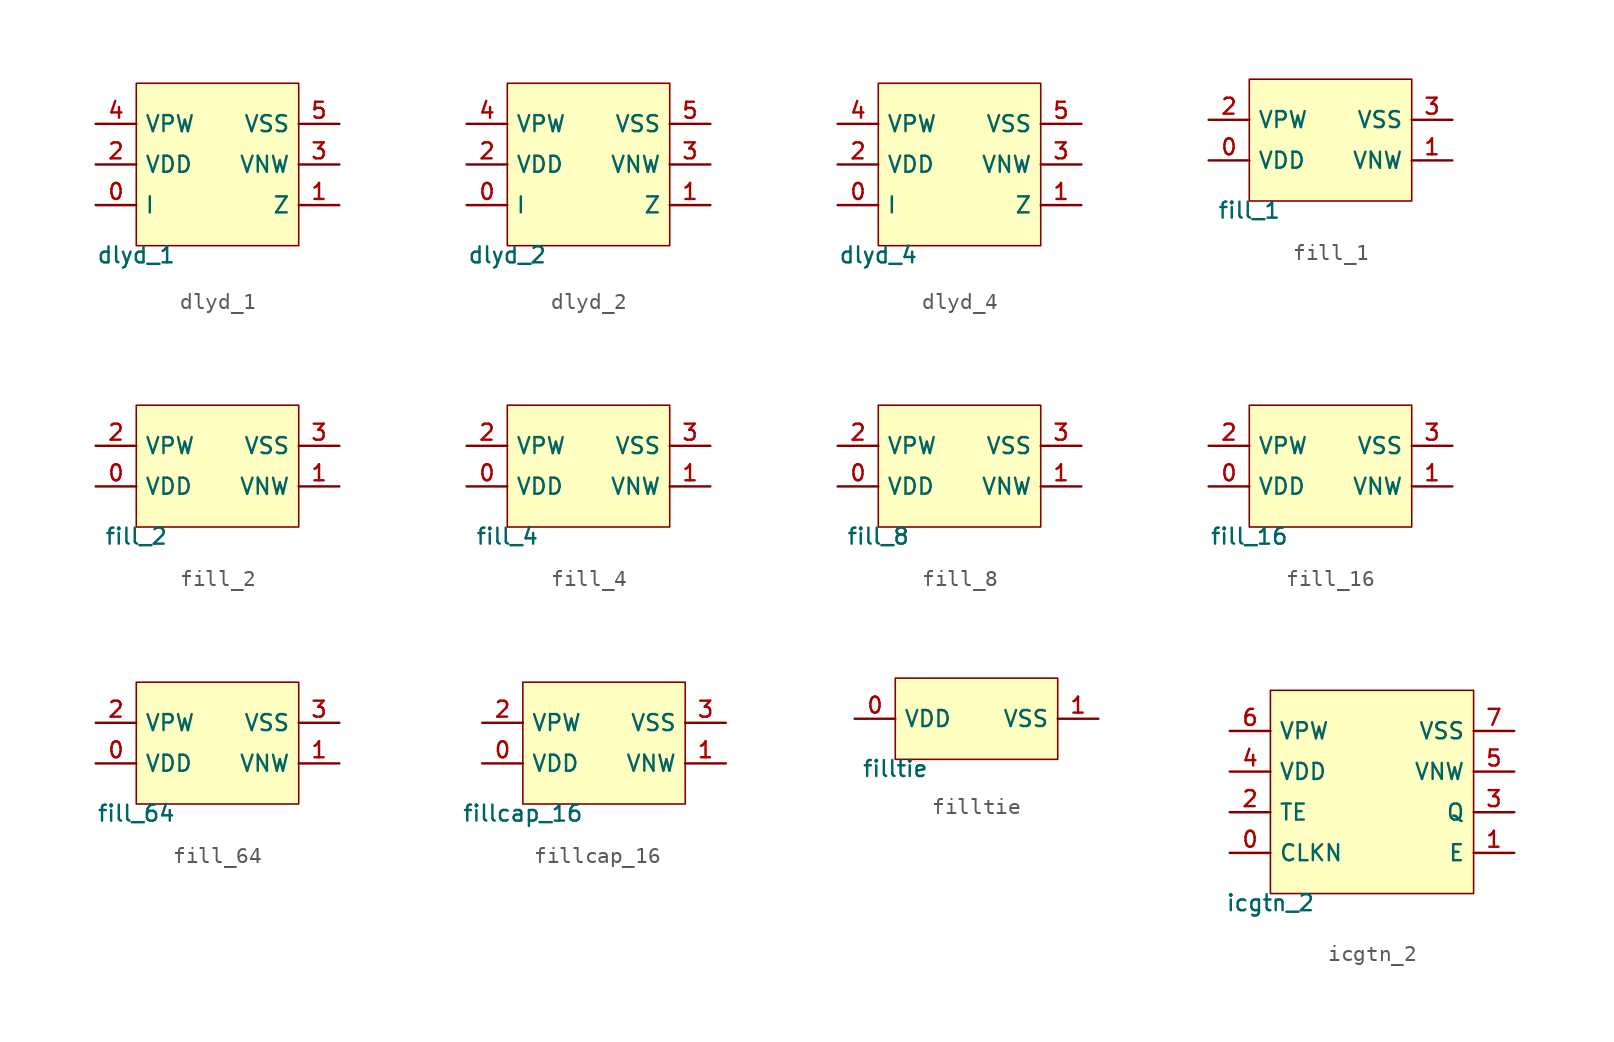
<source format=kicad_sym>
(kicad_symbol_lib
  (version 20211014)
  (generator pdk2kicad)
  (symbol "dlyd_1"
    (property "Reference" "X"
      (at 0 0 0)
      (effects (font (size 1 1)) hide))
    (property "Value" "dlyd_1"
      (at -5.08 -5.08 0)
      (effects (font (size 1 1)) (justify top)))
    (rectangle
      (start -5.08 -5.08)
      (end 5.08 5.08)
      (stroke (width 0.1) (type solid) (color 0 0 0 0))
      (fill (type background)))
    (pin bidirectional line
      (at -7.62 -2.54 0)
      (length 2.54)
      (name "I" (effects (font (size 1 1)) hide))
      (number "0" (effects (font (size 1 1)) hide)))
    (pin bidirectional line
      (at 7.62 -2.54 180)
      (length 2.54)
      (name "Z" (effects (font (size 1 1)) hide))
      (number "1" (effects (font (size 1 1)) hide)))
    (pin bidirectional line
      (at -7.62 0.0 0)
      (length 2.54)
      (name "VDD" (effects (font (size 1 1)) hide))
      (number "2" (effects (font (size 1 1)) hide)))
    (pin bidirectional line
      (at 7.62 0.0 180)
      (length 2.54)
      (name "VNW" (effects (font (size 1 1)) hide))
      (number "3" (effects (font (size 1 1)) hide)))
    (pin bidirectional line
      (at -7.62 2.54 0)
      (length 2.54)
      (name "VPW" (effects (font (size 1 1)) hide))
      (number "4" (effects (font (size 1 1)) hide)))
    (pin bidirectional line
      (at 7.62 2.54 180)
      (length 2.54)
      (name "VSS" (effects (font (size 1 1)) hide))
      (number "5" (effects (font (size 1 1)) hide))))
  (symbol "dlyd_2"
    (property "Reference" "X"
      (at 0 0 0)
      (effects (font (size 1 1)) hide))
    (property "Value" "dlyd_2"
      (at -5.08 -5.08 0)
      (effects (font (size 1 1)) (justify top)))
    (rectangle
      (start -5.08 -5.08)
      (end 5.08 5.08)
      (stroke (width 0.1) (type solid) (color 0 0 0 0))
      (fill (type background)))
    (pin bidirectional line
      (at -7.62 -2.54 0)
      (length 2.54)
      (name "I" (effects (font (size 1 1)) hide))
      (number "0" (effects (font (size 1 1)) hide)))
    (pin bidirectional line
      (at 7.62 -2.54 180)
      (length 2.54)
      (name "Z" (effects (font (size 1 1)) hide))
      (number "1" (effects (font (size 1 1)) hide)))
    (pin bidirectional line
      (at -7.62 0.0 0)
      (length 2.54)
      (name "VDD" (effects (font (size 1 1)) hide))
      (number "2" (effects (font (size 1 1)) hide)))
    (pin bidirectional line
      (at 7.62 0.0 180)
      (length 2.54)
      (name "VNW" (effects (font (size 1 1)) hide))
      (number "3" (effects (font (size 1 1)) hide)))
    (pin bidirectional line
      (at -7.62 2.54 0)
      (length 2.54)
      (name "VPW" (effects (font (size 1 1)) hide))
      (number "4" (effects (font (size 1 1)) hide)))
    (pin bidirectional line
      (at 7.62 2.54 180)
      (length 2.54)
      (name "VSS" (effects (font (size 1 1)) hide))
      (number "5" (effects (font (size 1 1)) hide))))
  (symbol "dlyd_4"
    (property "Reference" "X"
      (at 0 0 0)
      (effects (font (size 1 1)) hide))
    (property "Value" "dlyd_4"
      (at -5.08 -5.08 0)
      (effects (font (size 1 1)) (justify top)))
    (rectangle
      (start -5.08 -5.08)
      (end 5.08 5.08)
      (stroke (width 0.1) (type solid) (color 0 0 0 0))
      (fill (type background)))
    (pin bidirectional line
      (at -7.62 -2.54 0)
      (length 2.54)
      (name "I" (effects (font (size 1 1)) hide))
      (number "0" (effects (font (size 1 1)) hide)))
    (pin bidirectional line
      (at 7.62 -2.54 180)
      (length 2.54)
      (name "Z" (effects (font (size 1 1)) hide))
      (number "1" (effects (font (size 1 1)) hide)))
    (pin bidirectional line
      (at -7.62 0.0 0)
      (length 2.54)
      (name "VDD" (effects (font (size 1 1)) hide))
      (number "2" (effects (font (size 1 1)) hide)))
    (pin bidirectional line
      (at 7.62 0.0 180)
      (length 2.54)
      (name "VNW" (effects (font (size 1 1)) hide))
      (number "3" (effects (font (size 1 1)) hide)))
    (pin bidirectional line
      (at -7.62 2.54 0)
      (length 2.54)
      (name "VPW" (effects (font (size 1 1)) hide))
      (number "4" (effects (font (size 1 1)) hide)))
    (pin bidirectional line
      (at 7.62 2.54 180)
      (length 2.54)
      (name "VSS" (effects (font (size 1 1)) hide))
      (number "5" (effects (font (size 1 1)) hide))))
  (symbol "fill_1"
    (property "Reference" "X"
      (at 0 0 0)
      (effects (font (size 1 1)) hide))
    (property "Value" "fill_1"
      (at -5.08 -3.81 0)
      (effects (font (size 1 1)) (justify top)))
    (rectangle
      (start -5.08 -3.81)
      (end 5.08 3.81)
      (stroke (width 0.1) (type solid) (color 0 0 0 0))
      (fill (type background)))
    (pin bidirectional line
      (at -7.62 -1.27 0)
      (length 2.54)
      (name "VDD" (effects (font (size 1 1)) hide))
      (number "0" (effects (font (size 1 1)) hide)))
    (pin bidirectional line
      (at 7.62 -1.27 180)
      (length 2.54)
      (name "VNW" (effects (font (size 1 1)) hide))
      (number "1" (effects (font (size 1 1)) hide)))
    (pin bidirectional line
      (at -7.62 1.27 0)
      (length 2.54)
      (name "VPW" (effects (font (size 1 1)) hide))
      (number "2" (effects (font (size 1 1)) hide)))
    (pin bidirectional line
      (at 7.62 1.27 180)
      (length 2.54)
      (name "VSS" (effects (font (size 1 1)) hide))
      (number "3" (effects (font (size 1 1)) hide))))
  (symbol "fill_2"
    (property "Reference" "X"
      (at 0 0 0)
      (effects (font (size 1 1)) hide))
    (property "Value" "fill_2"
      (at -5.08 -3.81 0)
      (effects (font (size 1 1)) (justify top)))
    (rectangle
      (start -5.08 -3.81)
      (end 5.08 3.81)
      (stroke (width 0.1) (type solid) (color 0 0 0 0))
      (fill (type background)))
    (pin bidirectional line
      (at -7.62 -1.27 0)
      (length 2.54)
      (name "VDD" (effects (font (size 1 1)) hide))
      (number "0" (effects (font (size 1 1)) hide)))
    (pin bidirectional line
      (at 7.62 -1.27 180)
      (length 2.54)
      (name "VNW" (effects (font (size 1 1)) hide))
      (number "1" (effects (font (size 1 1)) hide)))
    (pin bidirectional line
      (at -7.62 1.27 0)
      (length 2.54)
      (name "VPW" (effects (font (size 1 1)) hide))
      (number "2" (effects (font (size 1 1)) hide)))
    (pin bidirectional line
      (at 7.62 1.27 180)
      (length 2.54)
      (name "VSS" (effects (font (size 1 1)) hide))
      (number "3" (effects (font (size 1 1)) hide))))
  (symbol "fill_4"
    (property "Reference" "X"
      (at 0 0 0)
      (effects (font (size 1 1)) hide))
    (property "Value" "fill_4"
      (at -5.08 -3.81 0)
      (effects (font (size 1 1)) (justify top)))
    (rectangle
      (start -5.08 -3.81)
      (end 5.08 3.81)
      (stroke (width 0.1) (type solid) (color 0 0 0 0))
      (fill (type background)))
    (pin bidirectional line
      (at -7.62 -1.27 0)
      (length 2.54)
      (name "VDD" (effects (font (size 1 1)) hide))
      (number "0" (effects (font (size 1 1)) hide)))
    (pin bidirectional line
      (at 7.62 -1.27 180)
      (length 2.54)
      (name "VNW" (effects (font (size 1 1)) hide))
      (number "1" (effects (font (size 1 1)) hide)))
    (pin bidirectional line
      (at -7.62 1.27 0)
      (length 2.54)
      (name "VPW" (effects (font (size 1 1)) hide))
      (number "2" (effects (font (size 1 1)) hide)))
    (pin bidirectional line
      (at 7.62 1.27 180)
      (length 2.54)
      (name "VSS" (effects (font (size 1 1)) hide))
      (number "3" (effects (font (size 1 1)) hide))))
  (symbol "fill_8"
    (property "Reference" "X"
      (at 0 0 0)
      (effects (font (size 1 1)) hide))
    (property "Value" "fill_8"
      (at -5.08 -3.81 0)
      (effects (font (size 1 1)) (justify top)))
    (rectangle
      (start -5.08 -3.81)
      (end 5.08 3.81)
      (stroke (width 0.1) (type solid) (color 0 0 0 0))
      (fill (type background)))
    (pin bidirectional line
      (at -7.62 -1.27 0)
      (length 2.54)
      (name "VDD" (effects (font (size 1 1)) hide))
      (number "0" (effects (font (size 1 1)) hide)))
    (pin bidirectional line
      (at 7.62 -1.27 180)
      (length 2.54)
      (name "VNW" (effects (font (size 1 1)) hide))
      (number "1" (effects (font (size 1 1)) hide)))
    (pin bidirectional line
      (at -7.62 1.27 0)
      (length 2.54)
      (name "VPW" (effects (font (size 1 1)) hide))
      (number "2" (effects (font (size 1 1)) hide)))
    (pin bidirectional line
      (at 7.62 1.27 180)
      (length 2.54)
      (name "VSS" (effects (font (size 1 1)) hide))
      (number "3" (effects (font (size 1 1)) hide))))
  (symbol "fill_16"
    (property "Reference" "X"
      (at 0 0 0)
      (effects (font (size 1 1)) hide))
    (property "Value" "fill_16"
      (at -5.08 -3.81 0)
      (effects (font (size 1 1)) (justify top)))
    (rectangle
      (start -5.08 -3.81)
      (end 5.08 3.81)
      (stroke (width 0.1) (type solid) (color 0 0 0 0))
      (fill (type background)))
    (pin bidirectional line
      (at -7.62 -1.27 0)
      (length 2.54)
      (name "VDD" (effects (font (size 1 1)) hide))
      (number "0" (effects (font (size 1 1)) hide)))
    (pin bidirectional line
      (at 7.62 -1.27 180)
      (length 2.54)
      (name "VNW" (effects (font (size 1 1)) hide))
      (number "1" (effects (font (size 1 1)) hide)))
    (pin bidirectional line
      (at -7.62 1.27 0)
      (length 2.54)
      (name "VPW" (effects (font (size 1 1)) hide))
      (number "2" (effects (font (size 1 1)) hide)))
    (pin bidirectional line
      (at 7.62 1.27 180)
      (length 2.54)
      (name "VSS" (effects (font (size 1 1)) hide))
      (number "3" (effects (font (size 1 1)) hide))))
  (symbol "fill_64"
    (property "Reference" "X"
      (at 0 0 0)
      (effects (font (size 1 1)) hide))
    (property "Value" "fill_64"
      (at -5.08 -3.81 0)
      (effects (font (size 1 1)) (justify top)))
    (rectangle
      (start -5.08 -3.81)
      (end 5.08 3.81)
      (stroke (width 0.1) (type solid) (color 0 0 0 0))
      (fill (type background)))
    (pin bidirectional line
      (at -7.62 -1.27 0)
      (length 2.54)
      (name "VDD" (effects (font (size 1 1)) hide))
      (number "0" (effects (font (size 1 1)) hide)))
    (pin bidirectional line
      (at 7.62 -1.27 180)
      (length 2.54)
      (name "VNW" (effects (font (size 1 1)) hide))
      (number "1" (effects (font (size 1 1)) hide)))
    (pin bidirectional line
      (at -7.62 1.27 0)
      (length 2.54)
      (name "VPW" (effects (font (size 1 1)) hide))
      (number "2" (effects (font (size 1 1)) hide)))
    (pin bidirectional line
      (at 7.62 1.27 180)
      (length 2.54)
      (name "VSS" (effects (font (size 1 1)) hide))
      (number "3" (effects (font (size 1 1)) hide))))
  (symbol "fillcap_16"
    (property "Reference" "X"
      (at 0 0 0)
      (effects (font (size 1 1)) hide))
    (property "Value" "fillcap_16"
      (at -5.08 -3.81 0)
      (effects (font (size 1 1)) (justify top)))
    (rectangle
      (start -5.08 -3.81)
      (end 5.08 3.81)
      (stroke (width 0.1) (type solid) (color 0 0 0 0))
      (fill (type background)))
    (pin bidirectional line
      (at -7.62 -1.27 0)
      (length 2.54)
      (name "VDD" (effects (font (size 1 1)) hide))
      (number "0" (effects (font (size 1 1)) hide)))
    (pin bidirectional line
      (at 7.62 -1.27 180)
      (length 2.54)
      (name "VNW" (effects (font (size 1 1)) hide))
      (number "1" (effects (font (size 1 1)) hide)))
    (pin bidirectional line
      (at -7.62 1.27 0)
      (length 2.54)
      (name "VPW" (effects (font (size 1 1)) hide))
      (number "2" (effects (font (size 1 1)) hide)))
    (pin bidirectional line
      (at 7.62 1.27 180)
      (length 2.54)
      (name "VSS" (effects (font (size 1 1)) hide))
      (number "3" (effects (font (size 1 1)) hide))))
  (symbol "filltie"
    (property "Reference" "X"
      (at 0 0 0)
      (effects (font (size 1 1)) hide))
    (property "Value" "filltie"
      (at -5.08 -2.54 0)
      (effects (font (size 1 1)) (justify top)))
    (rectangle
      (start -5.08 -2.54)
      (end 5.08 2.54)
      (stroke (width 0.1) (type solid) (color 0 0 0 0))
      (fill (type background)))
    (pin bidirectional line
      (at -7.62 0.0 0)
      (length 2.54)
      (name "VDD" (effects (font (size 1 1)) hide))
      (number "0" (effects (font (size 1 1)) hide)))
    (pin bidirectional line
      (at 7.62 0.0 180)
      (length 2.54)
      (name "VSS" (effects (font (size 1 1)) hide))
      (number "1" (effects (font (size 1 1)) hide))))
  (symbol "icgtn_2"
    (property "Reference" "X"
      (at 0 0 0)
      (effects (font (size 1 1)) hide))
    (property "Value" "icgtn_2"
      (at -6.35 -6.35 0)
      (effects (font (size 1 1)) (justify top)))
    (rectangle
      (start -6.35 -6.35)
      (end 6.35 6.35)
      (stroke (width 0.1) (type solid) (color 0 0 0 0))
      (fill (type background)))
    (pin bidirectional line
      (at -8.89 -3.81 0)
      (length 2.54)
      (name "CLKN" (effects (font (size 1 1)) hide))
      (number "0" (effects (font (size 1 1)) hide)))
    (pin bidirectional line
      (at 8.89 -3.81 180)
      (length 2.54)
      (name "E" (effects (font (size 1 1)) hide))
      (number "1" (effects (font (size 1 1)) hide)))
    (pin bidirectional line
      (at -8.89 -1.27 0)
      (length 2.54)
      (name "TE" (effects (font (size 1 1)) hide))
      (number "2" (effects (font (size 1 1)) hide)))
    (pin bidirectional line
      (at 8.89 -1.27 180)
      (length 2.54)
      (name "Q" (effects (font (size 1 1)) hide))
      (number "3" (effects (font (size 1 1)) hide)))
    (pin bidirectional line
      (at -8.89 1.27 0)
      (length 2.54)
      (name "VDD" (effects (font (size 1 1)) hide))
      (number "4" (effects (font (size 1 1)) hide)))
    (pin bidirectional line
      (at 8.89 1.27 180)
      (length 2.54)
      (name "VNW" (effects (font (size 1 1)) hide))
      (number "5" (effects (font (size 1 1)) hide)))
    (pin bidirectional line
      (at -8.89 3.81 0)
      (length 2.54)
      (name "VPW" (effects (font (size 1 1)) hide))
      (number "6" (effects (font (size 1 1)) hide)))
    (pin bidirectional line
      (at 8.89 3.81 180)
      (length 2.54)
      (name "VSS" (effects (font (size 1 1)) hide))
      (number "7" (effects (font (size 1 1)) hide)))))
</source>
